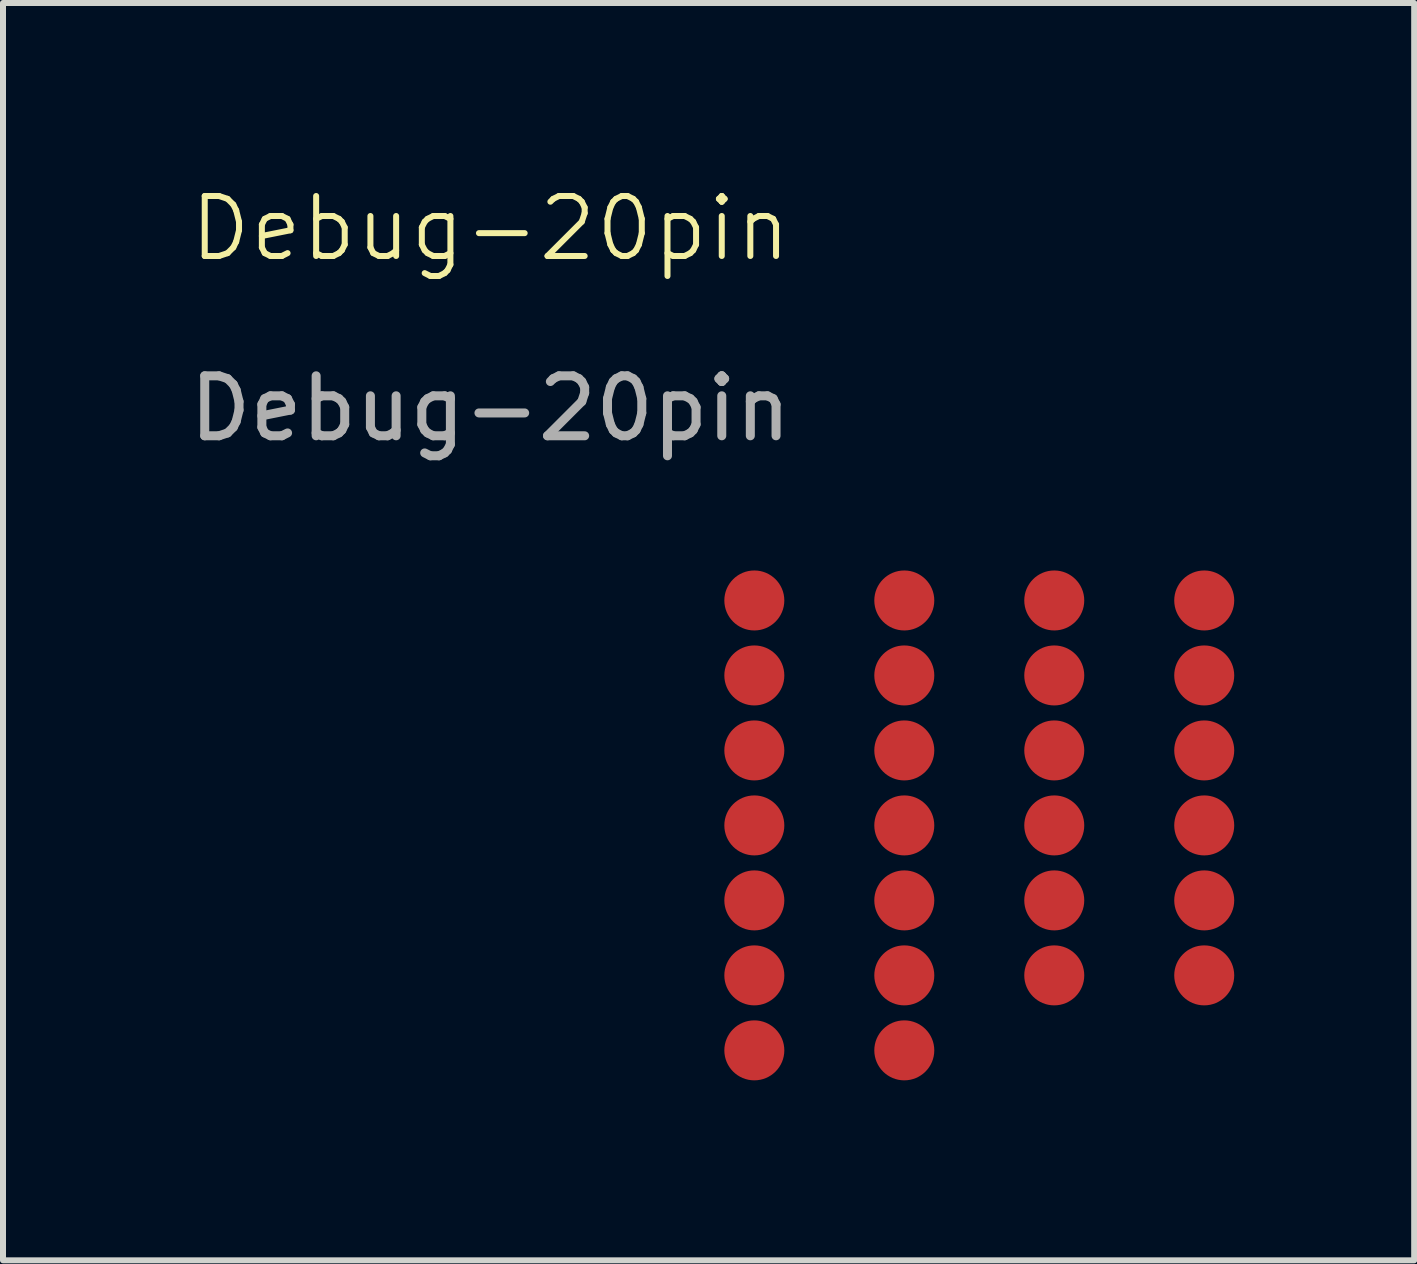
<source format=kicad_pcb>
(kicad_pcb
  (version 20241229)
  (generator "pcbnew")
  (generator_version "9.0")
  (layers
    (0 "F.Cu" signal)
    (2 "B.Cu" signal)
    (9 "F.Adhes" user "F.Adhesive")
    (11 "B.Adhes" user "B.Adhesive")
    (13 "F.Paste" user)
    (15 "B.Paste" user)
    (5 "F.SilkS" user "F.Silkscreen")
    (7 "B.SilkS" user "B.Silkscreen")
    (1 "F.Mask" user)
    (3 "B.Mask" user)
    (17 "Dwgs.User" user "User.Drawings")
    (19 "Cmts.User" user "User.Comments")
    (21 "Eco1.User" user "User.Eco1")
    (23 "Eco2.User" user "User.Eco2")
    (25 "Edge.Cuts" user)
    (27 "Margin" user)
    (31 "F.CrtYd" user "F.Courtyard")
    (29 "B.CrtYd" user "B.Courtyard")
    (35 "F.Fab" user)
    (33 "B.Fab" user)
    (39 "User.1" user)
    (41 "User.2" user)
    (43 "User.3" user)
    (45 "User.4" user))
  (footprint "Debug-20pin"
    (layer "F.Cu")
    (at 9.525 6.96)
    (property "Reference" "Debug-20pin" (at -4.4 -6.2 0) (unlocked yes) (layer "F.SilkS") (effects (font (size 1 1) (thickness 0.1))))
    (attr smd)
    (fp_text user "${REFERENCE}" (at -4.4 -3.2 0) (unlocked yes) (layer "F.Fab") (effects (font (size 1 1) (thickness 0.15))))
    (pad "1" smd circle (at 0 0) (size 1 1) (layers "F.Cu" "F.Mask" "F.Paste"))
    (pad "2" smd circle (at 2.5 0) (size 1 1) (layers "F.Cu" "F.Mask" "F.Paste"))
    (pad "3" smd circle (at 5 0) (size 1 1) (layers "F.Cu" "F.Mask" "F.Paste"))
    (pad "4" smd circle (at 7.5 0) (size 1 1) (layers "F.Cu" "F.Mask" "F.Paste"))
    (pad "5" smd circle (at 0 1.25) (size 1 1) (layers "F.Cu" "F.Mask" "F.Paste"))
    (pad "6" smd circle (at 2.5 1.25) (size 1 1) (layers "F.Cu" "F.Mask" "F.Paste"))
    (pad "7" smd circle (at 5 1.25) (size 1 1) (layers "F.Cu" "F.Mask" "F.Paste"))
    (pad "8" smd circle (at 7.5 1.25) (size 1 1) (layers "F.Cu" "F.Mask" "F.Paste"))
    (pad "9" smd circle (at 0 2.5) (size 1 1) (layers "F.Cu" "F.Mask" "F.Paste"))
    (pad "10" smd circle (at 2.5 2.5) (size 1 1) (layers "F.Cu" "F.Mask" "F.Paste"))
    (pad "11" smd circle (at 5 2.5) (size 1 1) (layers "F.Cu" "F.Mask" "F.Paste"))
    (pad "12" smd circle (at 7.5 2.5) (size 1 1) (layers "F.Cu" "F.Mask" "F.Paste"))
    (pad "13" smd circle (at 0 3.75) (size 1 1) (layers "F.Cu" "F.Mask" "F.Paste"))
    (pad "14" smd circle (at 2.5 3.75) (size 1 1) (layers "F.Cu" "F.Mask" "F.Paste"))
    (pad "15" smd circle (at 5 3.75) (size 1 1) (layers "F.Cu" "F.Mask" "F.Paste"))
    (pad "16" smd circle (at 7.5 3.75) (size 1 1) (layers "F.Cu" "F.Mask" "F.Paste"))
    (pad "17" smd circle (at 0 5) (size 1 1) (layers "F.Cu" "F.Mask" "F.Paste"))
    (pad "18" smd circle (at 2.5 5) (size 1 1) (layers "F.Cu" "F.Mask" "F.Paste"))
    (pad "19" smd circle (at 5 5) (size 1 1) (layers "F.Cu" "F.Mask" "F.Paste"))
    (pad "20" smd circle (at 7.5 5) (size 1 1) (layers "F.Cu" "F.Mask" "F.Paste"))
    (pad "21" smd circle (at 0 6.25) (size 1 1) (layers "F.Cu" "F.Mask" "F.Paste"))
    (pad "22" smd circle (at 2.5 6.25) (size 1 1) (layers "F.Cu" "F.Mask" "F.Paste"))
    (pad "23" smd circle (at 5 6.25) (size 1 1) (layers "F.Cu" "F.Mask" "F.Paste"))
    (pad "24" smd circle (at 7.5 6.25) (size 1 1) (layers "F.Cu" "F.Mask" "F.Paste"))
    (pad "25" smd circle (at 0 7.5) (size 1 1) (layers "F.Cu" "F.Mask" "F.Paste"))
    (pad "26" smd circle (at 2.5 7.5) (size 1 1) (layers "F.Cu" "F.Mask" "F.Paste")))
  (gr_rect
    (start -3 -3)
    (end 20.525 17.96)
    (stroke (width 0.1) (type default))
    (fill no)
    (layer "Edge.Cuts")))
</source>
